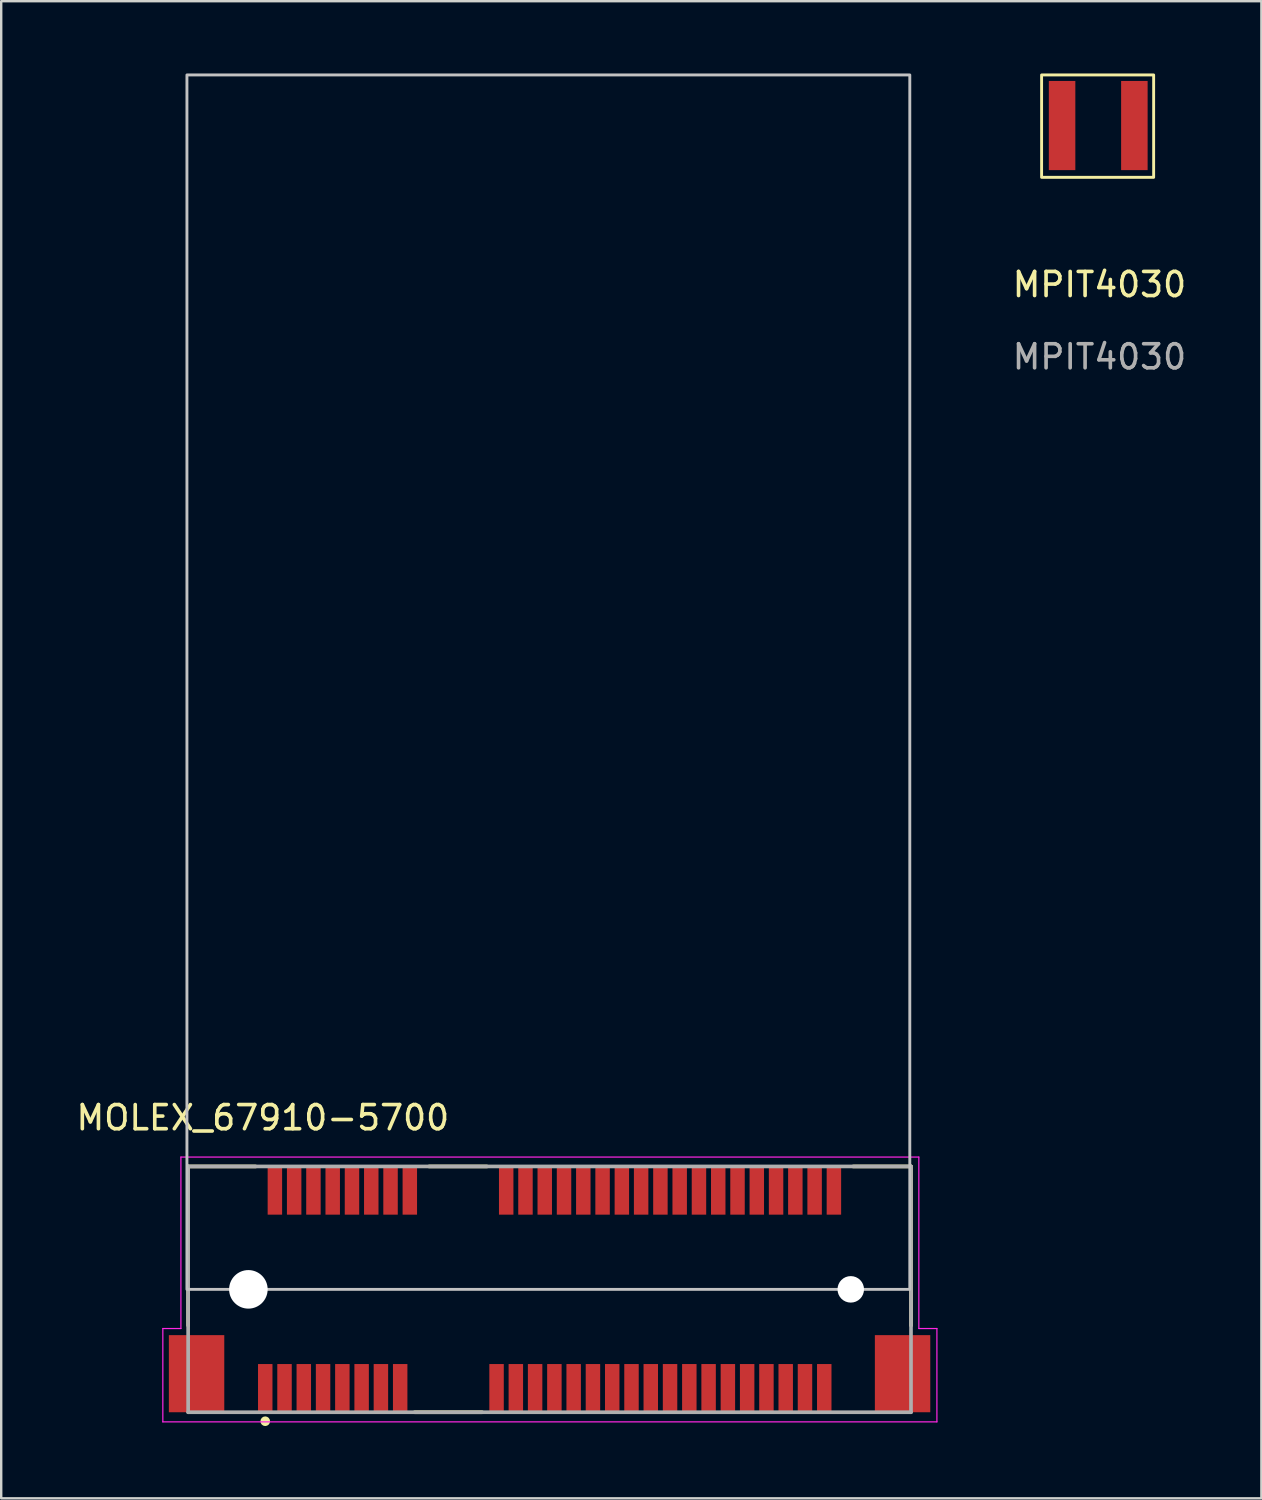
<source format=kicad_pcb>
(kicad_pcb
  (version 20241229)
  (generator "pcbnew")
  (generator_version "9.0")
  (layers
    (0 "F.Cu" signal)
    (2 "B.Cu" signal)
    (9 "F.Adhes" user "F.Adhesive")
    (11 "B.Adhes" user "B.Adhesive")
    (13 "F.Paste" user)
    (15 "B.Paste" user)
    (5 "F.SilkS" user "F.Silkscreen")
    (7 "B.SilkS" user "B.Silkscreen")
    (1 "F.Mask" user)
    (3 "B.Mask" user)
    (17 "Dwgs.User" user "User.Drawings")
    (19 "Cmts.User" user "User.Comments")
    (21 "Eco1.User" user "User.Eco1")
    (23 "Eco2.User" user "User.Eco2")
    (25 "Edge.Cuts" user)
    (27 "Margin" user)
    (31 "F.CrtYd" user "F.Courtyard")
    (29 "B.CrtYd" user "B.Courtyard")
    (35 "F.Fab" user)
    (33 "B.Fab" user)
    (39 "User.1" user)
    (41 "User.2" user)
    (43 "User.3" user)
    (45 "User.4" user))
  (footprint "MPIT4030"
    (layer "F.Cu")
    (at 42.528 2.16)
    (property "Reference" "MPIT4030" (at 0.05 6.6 0) (unlocked yes) (layer "F.SilkS") (effects (font (size 1 1) (thickness 0.15))))
    (attr smd)
    (fp_rect (start -2.35 -2.1) (end 2.3 2.15) (stroke (width 0.12) (type solid)) (fill no) (layer "F.SilkS"))
    (fp_text user "${REFERENCE}" (at 0.05 9.6 0) (unlocked yes) (layer "F.Fab") (effects (font (size 1 1) (thickness 0.15))))
    (pad "1" smd rect (at 1.5 0) (size 1.1 3.7) (layers "F.Cu" "F.Mask" "F.Paste"))
    (pad "2" smd rect (at -1.5 0) (size 1.1 3.7) (layers "F.Cu" "F.Mask" "F.Paste")))
  (footprint "MOLEX_67910-5700"
    (layer "F.Cu")
    (at 17.958 50.46)
    (property "Reference" "MOLEX_67910-5700" (at -10.1 -7.123 0) (layer "F.SilkS") (effects (font (size 1.002 1.002) (thickness 0.15))))
    (attr through_hole)
    (fp_line (start -13.2 -5.1) (end -10.4 -5.1) (stroke (width 0.152) (type solid)) (layer "F.SilkS"))
    (fp_line (start -13.2 1.5) (end -13.2 -5.1) (stroke (width 0.152) (type solid)) (layer "F.SilkS"))
    (fp_line (start -3.2 -5.1) (end -0.8 -5.1) (stroke (width 0.152) (type solid)) (layer "F.SilkS"))
    (fp_line (start -1 5.1) (end -3.8 5.1) (stroke (width 0.152) (type solid)) (layer "F.SilkS"))
    (fp_line (start 14.4 -5.1) (end 16.8 -5.1) (stroke (width 0.152) (type solid)) (layer "F.SilkS"))
    (fp_line (start 16.8 -5.1) (end 16.8 1.5) (stroke (width 0.152) (type solid)) (layer "F.SilkS"))
    (fp_circle (center -10 5.473) (end -9.9 5.473) (stroke (width 0.2) (type solid)) (fill no) (layer "F.SilkS"))
    (fp_rect (start -13.25 0) (end 16.75 -50.4) (stroke (width 0.12) (type solid)) (fill no) (layer "Dwgs.User"))
    (fp_line (start -14.25 1.625) (end -13.5 1.625) (stroke (width 0.05) (type solid)) (layer "F.CrtYd"))
    (fp_line (start -14.25 5.5) (end -14.25 1.625) (stroke (width 0.05) (type solid)) (layer "F.CrtYd"))
    (fp_line (start -13.5 -5.49) (end 17.125 -5.49) (stroke (width 0.05) (type solid)) (layer "F.CrtYd"))
    (fp_line (start -13.5 1.625) (end -13.5 -5.49) (stroke (width 0.05) (type solid)) (layer "F.CrtYd"))
    (fp_line (start 17.125 -5.49) (end 17.125 1.625) (stroke (width 0.05) (type solid)) (layer "F.CrtYd"))
    (fp_line (start 17.125 1.625) (end 17.875 1.625) (stroke (width 0.05) (type solid)) (layer "F.CrtYd"))
    (fp_line (start 17.875 1.625) (end 17.875 5.5) (stroke (width 0.05) (type solid)) (layer "F.CrtYd"))
    (fp_line (start 17.875 5.5) (end -14.25 5.5) (stroke (width 0.05) (type solid)) (layer "F.CrtYd"))
    (fp_line (start -13.2 -5.1) (end 16.8 -5.1) (stroke (width 0.152) (type solid)) (layer "F.Fab"))
    (fp_line (start -13.2 5.1) (end -13.2 -5.1) (stroke (width 0.152) (type solid)) (layer "F.Fab"))
    (fp_line (start 16.8 -5.1) (end 16.8 5.1) (stroke (width 0.152) (type solid)) (layer "F.Fab"))
    (fp_line (start 16.8 5.1) (end -13.2 5.1) (stroke (width 0.152) (type solid)) (layer "F.Fab"))
    (pad "" np_thru_hole circle (at -10.7 0) (size 1.6 1.6) (drill 1.6) (layers "*.Cu" "*.Mask"))
    (pad "" np_thru_hole circle (at 14.3 0) (size 1.1 1.1) (drill 1.1) (layers "*.Cu" "*.Mask"))
    (pad "1" smd rect (at -10 4.1 90) (size 2 0.6) (layers "F.Cu" "F.Mask" "F.Paste"))
    (pad "2" smd rect (at -9.6 -4.1 90) (size 2 0.6) (layers "F.Cu" "F.Mask" "F.Paste"))
    (pad "3" smd rect (at -9.2 4.1 90) (size 2 0.6) (layers "F.Cu" "F.Mask" "F.Paste"))
    (pad "4" smd rect (at -8.8 -4.1 90) (size 2 0.6) (layers "F.Cu" "F.Mask" "F.Paste"))
    (pad "5" smd rect (at -8.4 4.1 90) (size 2 0.6) (layers "F.Cu" "F.Mask" "F.Paste"))
    (pad "6" smd rect (at -8 -4.1 90) (size 2 0.6) (layers "F.Cu" "F.Mask" "F.Paste"))
    (pad "7" smd rect (at -7.6 4.1 90) (size 2 0.6) (layers "F.Cu" "F.Mask" "F.Paste"))
    (pad "8" smd rect (at -7.2 -4.1 90) (size 2 0.6) (layers "F.Cu" "F.Mask" "F.Paste"))
    (pad "9" smd rect (at -6.8 4.1 90) (size 2 0.6) (layers "F.Cu" "F.Mask" "F.Paste"))
    (pad "10" smd rect (at -6.4 -4.1 90) (size 2 0.6) (layers "F.Cu" "F.Mask" "F.Paste"))
    (pad "11" smd rect (at -6 4.1 90) (size 2 0.6) (layers "F.Cu" "F.Mask" "F.Paste"))
    (pad "12" smd rect (at -5.6 -4.1 90) (size 2 0.6) (layers "F.Cu" "F.Mask" "F.Paste"))
    (pad "13" smd rect (at -5.2 4.1 90) (size 2 0.6) (layers "F.Cu" "F.Mask" "F.Paste"))
    (pad "14" smd rect (at -4.8 -4.1 90) (size 2 0.6) (layers "F.Cu" "F.Mask" "F.Paste"))
    (pad "15" smd rect (at -4.4 4.1 90) (size 2 0.6) (layers "F.Cu" "F.Mask" "F.Paste"))
    (pad "16" smd rect (at -4 -4.1 90) (size 2 0.6) (layers "F.Cu" "F.Mask" "F.Paste"))
    (pad "17" smd rect (at -0.4 4.1 90) (size 2 0.6) (layers "F.Cu" "F.Mask" "F.Paste"))
    (pad "18" smd rect (at 0 -4.1 90) (size 2 0.6) (layers "F.Cu" "F.Mask" "F.Paste"))
    (pad "19" smd rect (at 0.4 4.1 90) (size 2 0.6) (layers "F.Cu" "F.Mask" "F.Paste"))
    (pad "20" smd rect (at 0.8 -4.1 90) (size 2 0.6) (layers "F.Cu" "F.Mask" "F.Paste"))
    (pad "21" smd rect (at 1.2 4.1 90) (size 2 0.6) (layers "F.Cu" "F.Mask" "F.Paste"))
    (pad "22" smd rect (at 1.6 -4.1 90) (size 2 0.6) (layers "F.Cu" "F.Mask" "F.Paste"))
    (pad "23" smd rect (at 2 4.1 90) (size 2 0.6) (layers "F.Cu" "F.Mask" "F.Paste"))
    (pad "24" smd rect (at 2.4 -4.1 90) (size 2 0.6) (layers "F.Cu" "F.Mask" "F.Paste"))
    (pad "25" smd rect (at 2.8 4.1 90) (size 2 0.6) (layers "F.Cu" "F.Mask" "F.Paste"))
    (pad "26" smd rect (at 3.2 -4.1 90) (size 2 0.6) (layers "F.Cu" "F.Mask" "F.Paste"))
    (pad "27" smd rect (at 3.6 4.1 90) (size 2 0.6) (layers "F.Cu" "F.Mask" "F.Paste"))
    (pad "28" smd rect (at 4 -4.1 90) (size 2 0.6) (layers "F.Cu" "F.Mask" "F.Paste"))
    (pad "29" smd rect (at 4.4 4.1 90) (size 2 0.6) (layers "F.Cu" "F.Mask" "F.Paste"))
    (pad "30" smd rect (at 4.8 -4.1 90) (size 2 0.6) (layers "F.Cu" "F.Mask" "F.Paste"))
    (pad "31" smd rect (at 5.2 4.1 90) (size 2 0.6) (layers "F.Cu" "F.Mask" "F.Paste"))
    (pad "32" smd rect (at 5.6 -4.1 90) (size 2 0.6) (layers "F.Cu" "F.Mask" "F.Paste"))
    (pad "33" smd rect (at 6 4.1 90) (size 2 0.6) (layers "F.Cu" "F.Mask" "F.Paste"))
    (pad "34" smd rect (at 6.4 -4.1 90) (size 2 0.6) (layers "F.Cu" "F.Mask" "F.Paste"))
    (pad "35" smd rect (at 6.8 4.1 90) (size 2 0.6) (layers "F.Cu" "F.Mask" "F.Paste"))
    (pad "36" smd rect (at 7.2 -4.1 90) (size 2 0.6) (layers "F.Cu" "F.Mask" "F.Paste"))
    (pad "37" smd rect (at 7.6 4.1 90) (size 2 0.6) (layers "F.Cu" "F.Mask" "F.Paste"))
    (pad "38" smd rect (at 8 -4.1 90) (size 2 0.6) (layers "F.Cu" "F.Mask" "F.Paste"))
    (pad "39" smd rect (at 8.4 4.1 90) (size 2 0.6) (layers "F.Cu" "F.Mask" "F.Paste"))
    (pad "40" smd rect (at 8.8 -4.1 90) (size 2 0.6) (layers "F.Cu" "F.Mask" "F.Paste"))
    (pad "41" smd rect (at 9.2 4.1 90) (size 2 0.6) (layers "F.Cu" "F.Mask" "F.Paste"))
    (pad "42" smd rect (at 9.6 -4.1 90) (size 2 0.6) (layers "F.Cu" "F.Mask" "F.Paste"))
    (pad "43" smd rect (at 10 4.1 90) (size 2 0.6) (layers "F.Cu" "F.Mask" "F.Paste"))
    (pad "44" smd rect (at 10.4 -4.1 90) (size 2 0.6) (layers "F.Cu" "F.Mask" "F.Paste"))
    (pad "45" smd rect (at 10.8 4.1 90) (size 2 0.6) (layers "F.Cu" "F.Mask" "F.Paste"))
    (pad "46" smd rect (at 11.2 -4.1 90) (size 2 0.6) (layers "F.Cu" "F.Mask" "F.Paste"))
    (pad "47" smd rect (at 11.6 4.1 90) (size 2 0.6) (layers "F.Cu" "F.Mask" "F.Paste"))
    (pad "48" smd rect (at 12 -4.1 90) (size 2 0.6) (layers "F.Cu" "F.Mask" "F.Paste"))
    (pad "49" smd rect (at 12.4 4.1 90) (size 2 0.6) (layers "F.Cu" "F.Mask" "F.Paste"))
    (pad "50" smd rect (at 12.8 -4.1 90) (size 2 0.6) (layers "F.Cu" "F.Mask" "F.Paste"))
    (pad "51" smd rect (at 13.2 4.1 90) (size 2 0.6) (layers "F.Cu" "F.Mask" "F.Paste"))
    (pad "52" smd rect (at 13.6 -4.1 90) (size 2 0.6) (layers "F.Cu" "F.Mask" "F.Paste"))
    (pad "53" smd rect (at -12.85 3.5 90) (size 3.2 2.3) (layers "F.Cu" "F.Mask" "F.Paste"))
    (pad "54" smd rect (at 16.45 3.5 90) (size 3.2 2.3) (layers "F.Cu" "F.Mask" "F.Paste")))
  (gr_rect
    (start -3 -3)
    (end 49.299 59.133)
    (stroke (width 0.1) (type default))
    (fill no)
    (layer "Edge.Cuts")))
</source>
